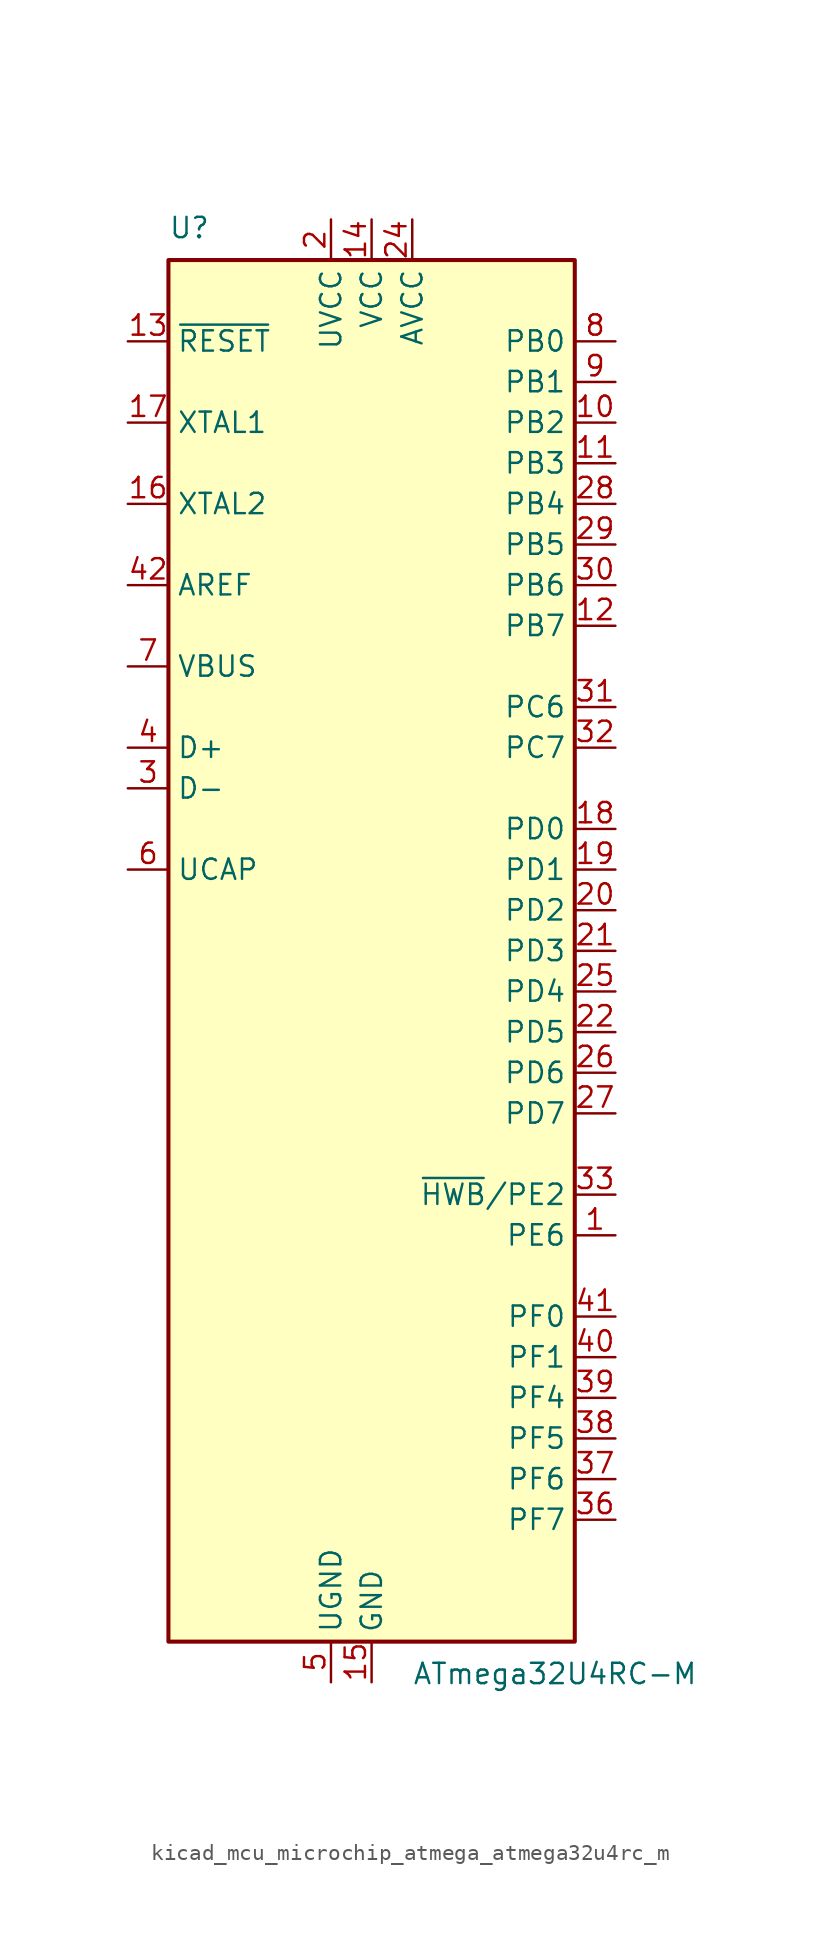
<source format=kicad_sym>
(kicad_symbol_lib
  (version 20220914)
  (generator kicad_symbol_editor)
  (symbol "kicad_mcu_microchip_atmega_atmega32u4rc_m"
    (property "Reference" "U"
      (at -12.7 44.45 0)
      (effects (font (size 1.27 1.27)) (justify left bottom)))
    (property "Value" "ATmega32U4RC-M"
      (at 2.54 -44.45 0)
      (effects (font (size 1.27 1.27)) (justify left top)))
    (symbol "kicad_mcu_microchip_atmega_atmega32u4rc_m_0_1"
      (rectangle (start -12.7 -43.18) (end 12.7 43.18) (stroke (width 0.254) (type default)) (fill (type background))))
    (symbol "kicad_mcu_microchip_atmega_atmega32u4rc_m_1_1"
      (pin bidirectional line (at 15.24 -17.78 180) (length 2.54) (name "PE6" (effects (font (size 1.27 1.27)))) (number "1" (effects (font (size 1.27 1.27)))))
      (pin bidirectional line (at 15.24 33.02 180) (length 2.54) (name "PB2" (effects (font (size 1.27 1.27)))) (number "10" (effects (font (size 1.27 1.27)))))
      (pin bidirectional line (at 15.24 30.48 180) (length 2.54) (name "PB3" (effects (font (size 1.27 1.27)))) (number "11" (effects (font (size 1.27 1.27)))))
      (pin bidirectional line (at 15.24 20.32 180) (length 2.54) (name "PB7" (effects (font (size 1.27 1.27)))) (number "12" (effects (font (size 1.27 1.27)))))
      (pin input line (at -15.24 38.1 0) (length 2.54) (name "~{RESET}" (effects (font (size 1.27 1.27)))) (number "13" (effects (font (size 1.27 1.27)))))
      (pin power_in line (at 0 45.72 270) (length 2.54) (name "VCC" (effects (font (size 1.27 1.27)))) (number "14" (effects (font (size 1.27 1.27)))))
      (pin power_in line (at 0 -45.72 90) (length 2.54) (name "GND" (effects (font (size 1.27 1.27)))) (number "15" (effects (font (size 1.27 1.27)))))
      (pin output line (at -15.24 27.94 0) (length 2.54) (name "XTAL2" (effects (font (size 1.27 1.27)))) (number "16" (effects (font (size 1.27 1.27)))))
      (pin input line (at -15.24 33.02 0) (length 2.54) (name "XTAL1" (effects (font (size 1.27 1.27)))) (number "17" (effects (font (size 1.27 1.27)))))
      (pin bidirectional line (at 15.24 7.62 180) (length 2.54) (name "PD0" (effects (font (size 1.27 1.27)))) (number "18" (effects (font (size 1.27 1.27)))))
      (pin bidirectional line (at 15.24 5.08 180) (length 2.54) (name "PD1" (effects (font (size 1.27 1.27)))) (number "19" (effects (font (size 1.27 1.27)))))
      (pin power_in line (at -2.54 45.72 270) (length 2.54) (name "UVCC" (effects (font (size 1.27 1.27)))) (number "2" (effects (font (size 1.27 1.27)))))
      (pin bidirectional line (at 15.24 2.54 180) (length 2.54) (name "PD2" (effects (font (size 1.27 1.27)))) (number "20" (effects (font (size 1.27 1.27)))))
      (pin bidirectional line (at 15.24 0 180) (length 2.54) (name "PD3" (effects (font (size 1.27 1.27)))) (number "21" (effects (font (size 1.27 1.27)))))
      (pin bidirectional line (at 15.24 -5.08 180) (length 2.54) (name "PD5" (effects (font (size 1.27 1.27)))) (number "22" (effects (font (size 1.27 1.27)))))
      (pin passive line (at 0 -45.72 90) (length 2.54) hide (name "GND" (effects (font (size 1.27 1.27)))) (number "23" (effects (font (size 1.27 1.27)))))
      (pin power_in line (at 2.54 45.72 270) (length 2.54) (name "AVCC" (effects (font (size 1.27 1.27)))) (number "24" (effects (font (size 1.27 1.27)))))
      (pin bidirectional line (at 15.24 -2.54 180) (length 2.54) (name "PD4" (effects (font (size 1.27 1.27)))) (number "25" (effects (font (size 1.27 1.27)))))
      (pin bidirectional line (at 15.24 -7.62 180) (length 2.54) (name "PD6" (effects (font (size 1.27 1.27)))) (number "26" (effects (font (size 1.27 1.27)))))
      (pin bidirectional line (at 15.24 -10.16 180) (length 2.54) (name "PD7" (effects (font (size 1.27 1.27)))) (number "27" (effects (font (size 1.27 1.27)))))
      (pin bidirectional line (at 15.24 27.94 180) (length 2.54) (name "PB4" (effects (font (size 1.27 1.27)))) (number "28" (effects (font (size 1.27 1.27)))))
      (pin bidirectional line (at 15.24 25.4 180) (length 2.54) (name "PB5" (effects (font (size 1.27 1.27)))) (number "29" (effects (font (size 1.27 1.27)))))
      (pin bidirectional line (at -15.24 10.16 0) (length 2.54) (name "D-" (effects (font (size 1.27 1.27)))) (number "3" (effects (font (size 1.27 1.27)))))
      (pin bidirectional line (at 15.24 22.86 180) (length 2.54) (name "PB6" (effects (font (size 1.27 1.27)))) (number "30" (effects (font (size 1.27 1.27)))))
      (pin bidirectional line (at 15.24 15.24 180) (length 2.54) (name "PC6" (effects (font (size 1.27 1.27)))) (number "31" (effects (font (size 1.27 1.27)))))
      (pin bidirectional line (at 15.24 12.7 180) (length 2.54) (name "PC7" (effects (font (size 1.27 1.27)))) (number "32" (effects (font (size 1.27 1.27)))))
      (pin bidirectional line (at 15.24 -15.24 180) (length 2.54) (name "~{HWB}/PE2" (effects (font (size 1.27 1.27)))) (number "33" (effects (font (size 1.27 1.27)))))
      (pin passive line (at 0 45.72 270) (length 2.54) hide (name "VCC" (effects (font (size 1.27 1.27)))) (number "34" (effects (font (size 1.27 1.27)))))
      (pin passive line (at 0 -45.72 90) (length 2.54) hide (name "GND" (effects (font (size 1.27 1.27)))) (number "35" (effects (font (size 1.27 1.27)))))
      (pin bidirectional line (at 15.24 -35.56 180) (length 2.54) (name "PF7" (effects (font (size 1.27 1.27)))) (number "36" (effects (font (size 1.27 1.27)))))
      (pin bidirectional line (at 15.24 -33.02 180) (length 2.54) (name "PF6" (effects (font (size 1.27 1.27)))) (number "37" (effects (font (size 1.27 1.27)))))
      (pin bidirectional line (at 15.24 -30.48 180) (length 2.54) (name "PF5" (effects (font (size 1.27 1.27)))) (number "38" (effects (font (size 1.27 1.27)))))
      (pin bidirectional line (at 15.24 -27.94 180) (length 2.54) (name "PF4" (effects (font (size 1.27 1.27)))) (number "39" (effects (font (size 1.27 1.27)))))
      (pin bidirectional line (at -15.24 12.7 0) (length 2.54) (name "D+" (effects (font (size 1.27 1.27)))) (number "4" (effects (font (size 1.27 1.27)))))
      (pin bidirectional line (at 15.24 -25.4 180) (length 2.54) (name "PF1" (effects (font (size 1.27 1.27)))) (number "40" (effects (font (size 1.27 1.27)))))
      (pin bidirectional line (at 15.24 -22.86 180) (length 2.54) (name "PF0" (effects (font (size 1.27 1.27)))) (number "41" (effects (font (size 1.27 1.27)))))
      (pin passive line (at -15.24 22.86 0) (length 2.54) (name "AREF" (effects (font (size 1.27 1.27)))) (number "42" (effects (font (size 1.27 1.27)))))
      (pin passive line (at 0 -45.72 90) (length 2.54) hide (name "GND" (effects (font (size 1.27 1.27)))) (number "43" (effects (font (size 1.27 1.27)))))
      (pin passive line (at 2.54 45.72 270) (length 2.54) hide (name "AVCC" (effects (font (size 1.27 1.27)))) (number "44" (effects (font (size 1.27 1.27)))))
      (pin passive line (at 0 -45.72 90) (length 2.54) hide (name "GND" (effects (font (size 1.27 1.27)))) (number "45" (effects (font (size 1.27 1.27)))))
      (pin passive line (at -2.54 -45.72 90) (length 2.54) (name "UGND" (effects (font (size 1.27 1.27)))) (number "5" (effects (font (size 1.27 1.27)))))
      (pin passive line (at -15.24 5.08 0) (length 2.54) (name "UCAP" (effects (font (size 1.27 1.27)))) (number "6" (effects (font (size 1.27 1.27)))))
      (pin input line (at -15.24 17.78 0) (length 2.54) (name "VBUS" (effects (font (size 1.27 1.27)))) (number "7" (effects (font (size 1.27 1.27)))))
      (pin bidirectional line (at 15.24 38.1 180) (length 2.54) (name "PB0" (effects (font (size 1.27 1.27)))) (number "8" (effects (font (size 1.27 1.27)))))
      (pin bidirectional line (at 15.24 35.56 180) (length 2.54) (name "PB1" (effects (font (size 1.27 1.27)))) (number "9" (effects (font (size 1.27 1.27))))))))
</source>
